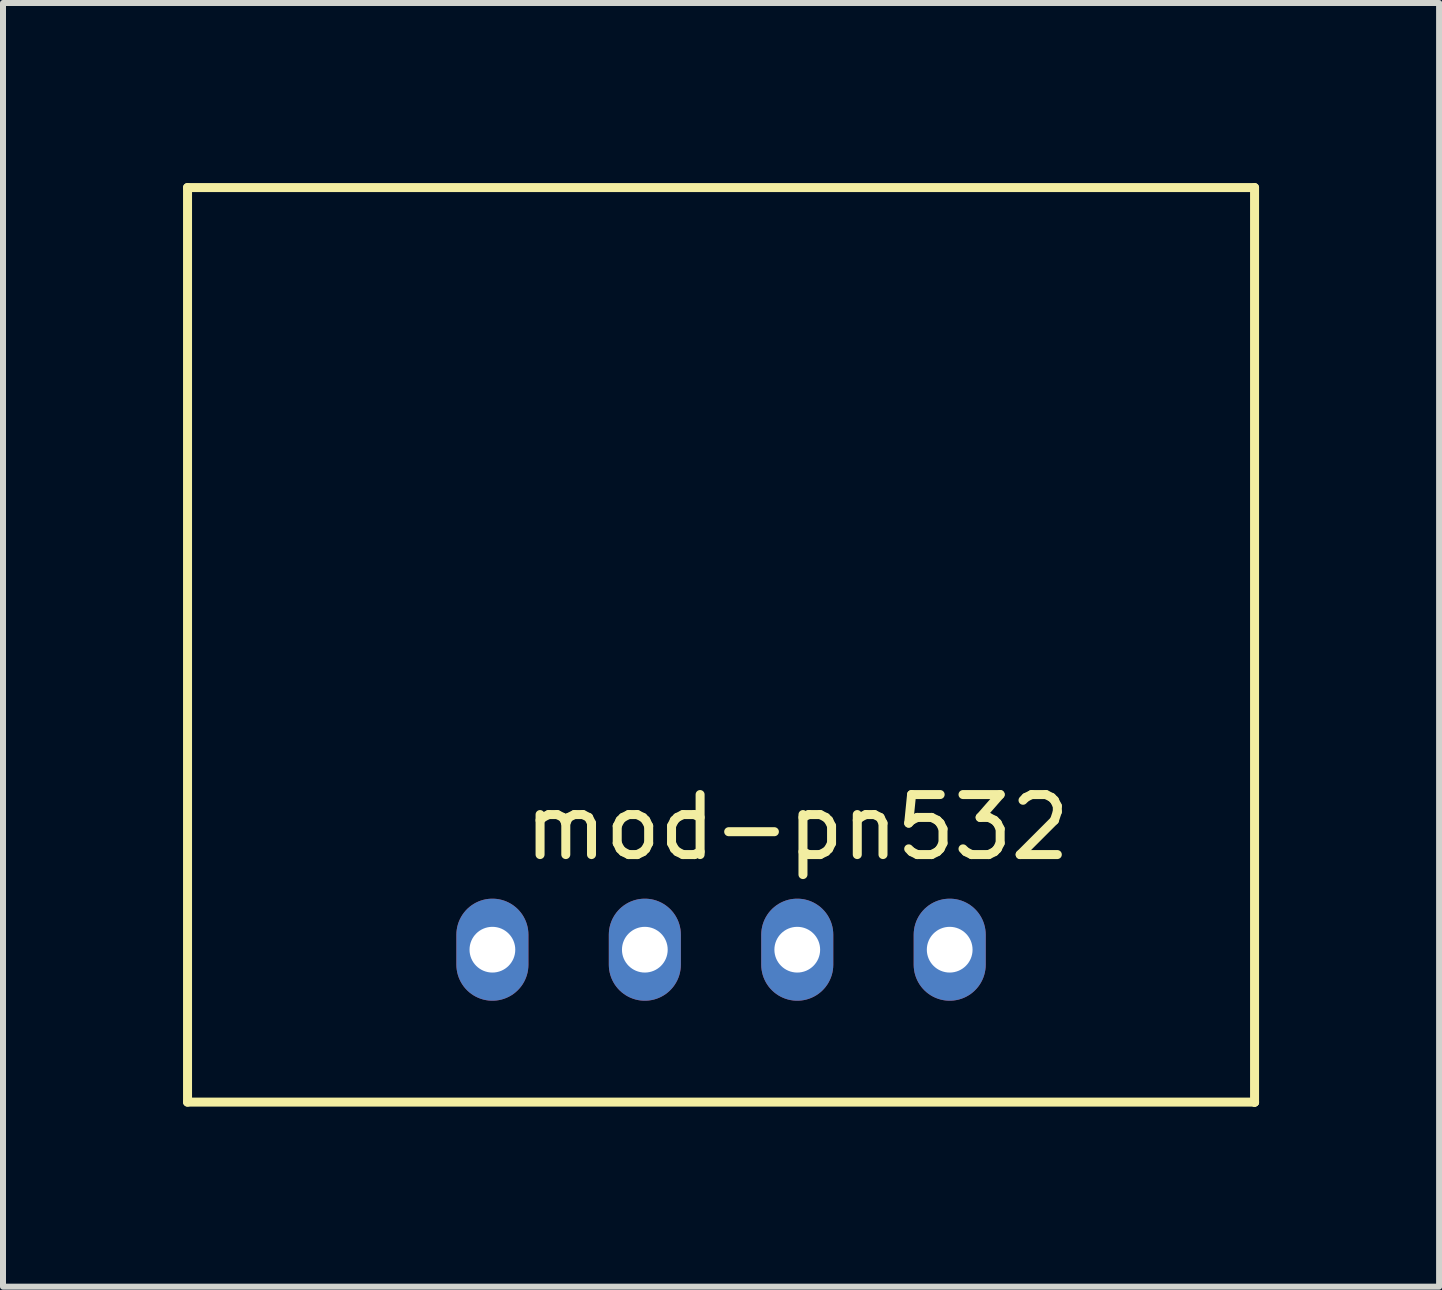
<source format=kicad_pcb>
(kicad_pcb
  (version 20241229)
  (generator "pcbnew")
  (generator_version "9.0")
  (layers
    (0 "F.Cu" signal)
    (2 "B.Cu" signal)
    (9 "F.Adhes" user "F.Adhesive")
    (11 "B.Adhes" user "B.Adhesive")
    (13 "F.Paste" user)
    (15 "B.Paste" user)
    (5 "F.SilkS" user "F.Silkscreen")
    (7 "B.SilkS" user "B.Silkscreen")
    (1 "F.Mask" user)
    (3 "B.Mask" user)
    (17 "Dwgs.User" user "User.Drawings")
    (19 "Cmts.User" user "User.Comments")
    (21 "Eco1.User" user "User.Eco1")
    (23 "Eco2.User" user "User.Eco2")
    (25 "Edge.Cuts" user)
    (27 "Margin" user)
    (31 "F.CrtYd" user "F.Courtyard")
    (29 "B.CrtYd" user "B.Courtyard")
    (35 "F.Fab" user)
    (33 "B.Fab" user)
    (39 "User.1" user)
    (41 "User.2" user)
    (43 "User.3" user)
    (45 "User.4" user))
  (footprint "mod-pn532"
    (layer "F.Cu")
    (at 10.235 10.235)
    (property "Reference" "mod-pn532" (at 0 0.5 0) (layer "F.SilkS") (effects (font (size 1 1) (thickness 0.15))))
    (attr through_hole)
    (fp_line (start -10.16 -10.16) (end 7.62 -10.16) (stroke (width 0.15) (type solid)) (layer "F.SilkS"))
    (fp_line (start -10.16 5.08) (end -10.16 -10.16) (stroke (width 0.15) (type solid)) (layer "F.SilkS"))
    (fp_line (start 7.62 -10.16) (end 7.62 5.08) (stroke (width 0.15) (type solid)) (layer "F.SilkS"))
    (fp_line (start 7.62 5.08) (end -10.16 5.08) (stroke (width 0.15) (type solid)) (layer "F.SilkS"))
    (fp_line (start 7.62 5.08) (end 7.62 5.08) (stroke (width 0.15) (type solid)) (layer "F.SilkS"))
    (fp_line (start 7.62 5.08) (end 7.62 5.08) (stroke (width 0.15) (type solid)) (layer "F.SilkS"))
    (pad "1" thru_hole oval (at -5.08 2.54) (size 1.2 1.7) (drill 0.762) (layers "*.Cu" "*.Mask"))
    (pad "2" thru_hole oval (at -2.54 2.54) (size 1.2 1.7) (drill 0.762) (layers "*.Cu" "*.Mask"))
    (pad "3" thru_hole oval (at 0 2.54) (size 1.2 1.7) (drill 0.762) (layers "*.Cu" "*.Mask"))
    (pad "4" thru_hole oval (at 2.54 2.54) (size 1.2 1.7) (drill 0.762) (layers "*.Cu" "*.Mask")))
  (gr_rect
    (start -3 -3)
    (end 20.93 18.39)
    (stroke (width 0.1) (type default))
    (fill no)
    (layer "Edge.Cuts")))
</source>
